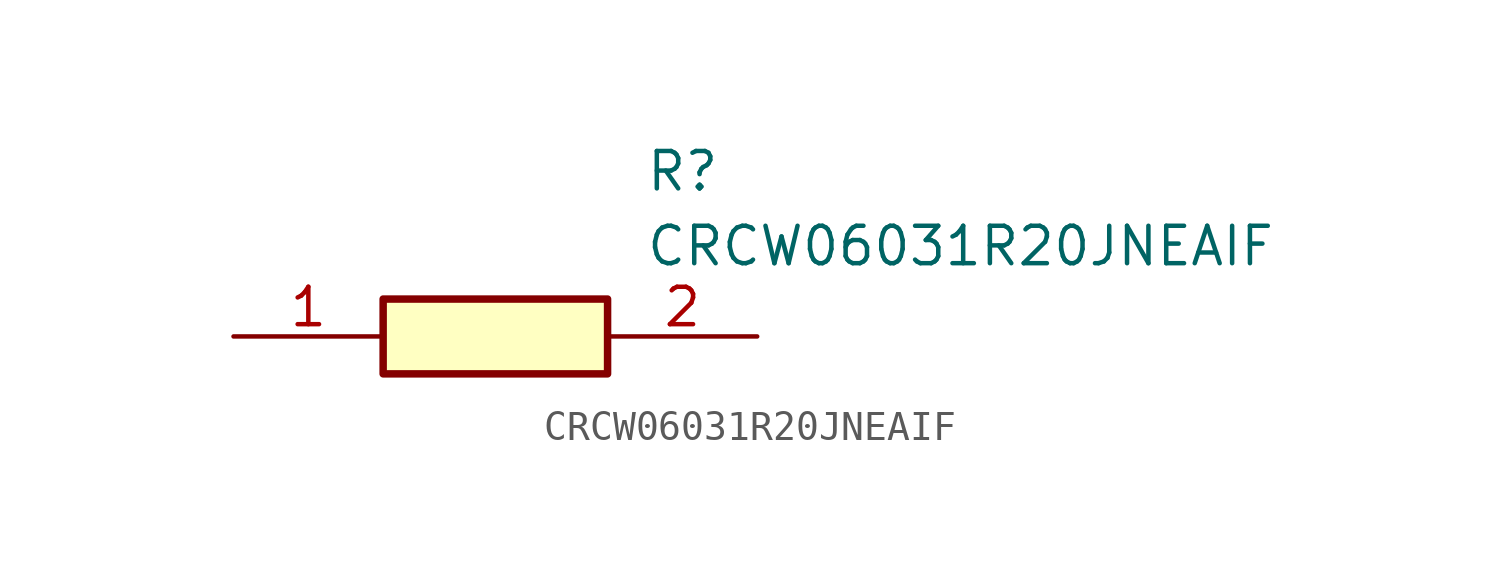
<source format=kicad_sym>
(kicad_symbol_lib
  (version 20211014)
  (generator SamacSys_ECAD_Model)
  (symbol "CRCW06031R20JNEAIF"
    (pin_names hide)
    (property "Reference" "R"
      (at 13.97 6.35 0)
      (effects (font (size 1.27 1.27)) (justify left top)))
    (property "Value" "CRCW06031R20JNEAIF"
      (at 13.97 3.81 0)
      (effects (font (size 1.27 1.27)) (justify left top)))
    (rectangle
      (start 5.08 1.27)
      (end 12.7 -1.27)
      (stroke (width 0.254) (type default))
      (fill (type background)))
    (pin passive line
      (at 0 0 0)
      (length 5.08)
      (name "1" (effects (font (size 1.27 1.27))))
      (number "1" (effects (font (size 1.27 1.27)))))
    (pin passive line
      (at 17.78 0 180)
      (length 5.08)
      (name "2" (effects (font (size 1.27 1.27))))
      (number "2" (effects (font (size 1.27 1.27)))))))
</source>
